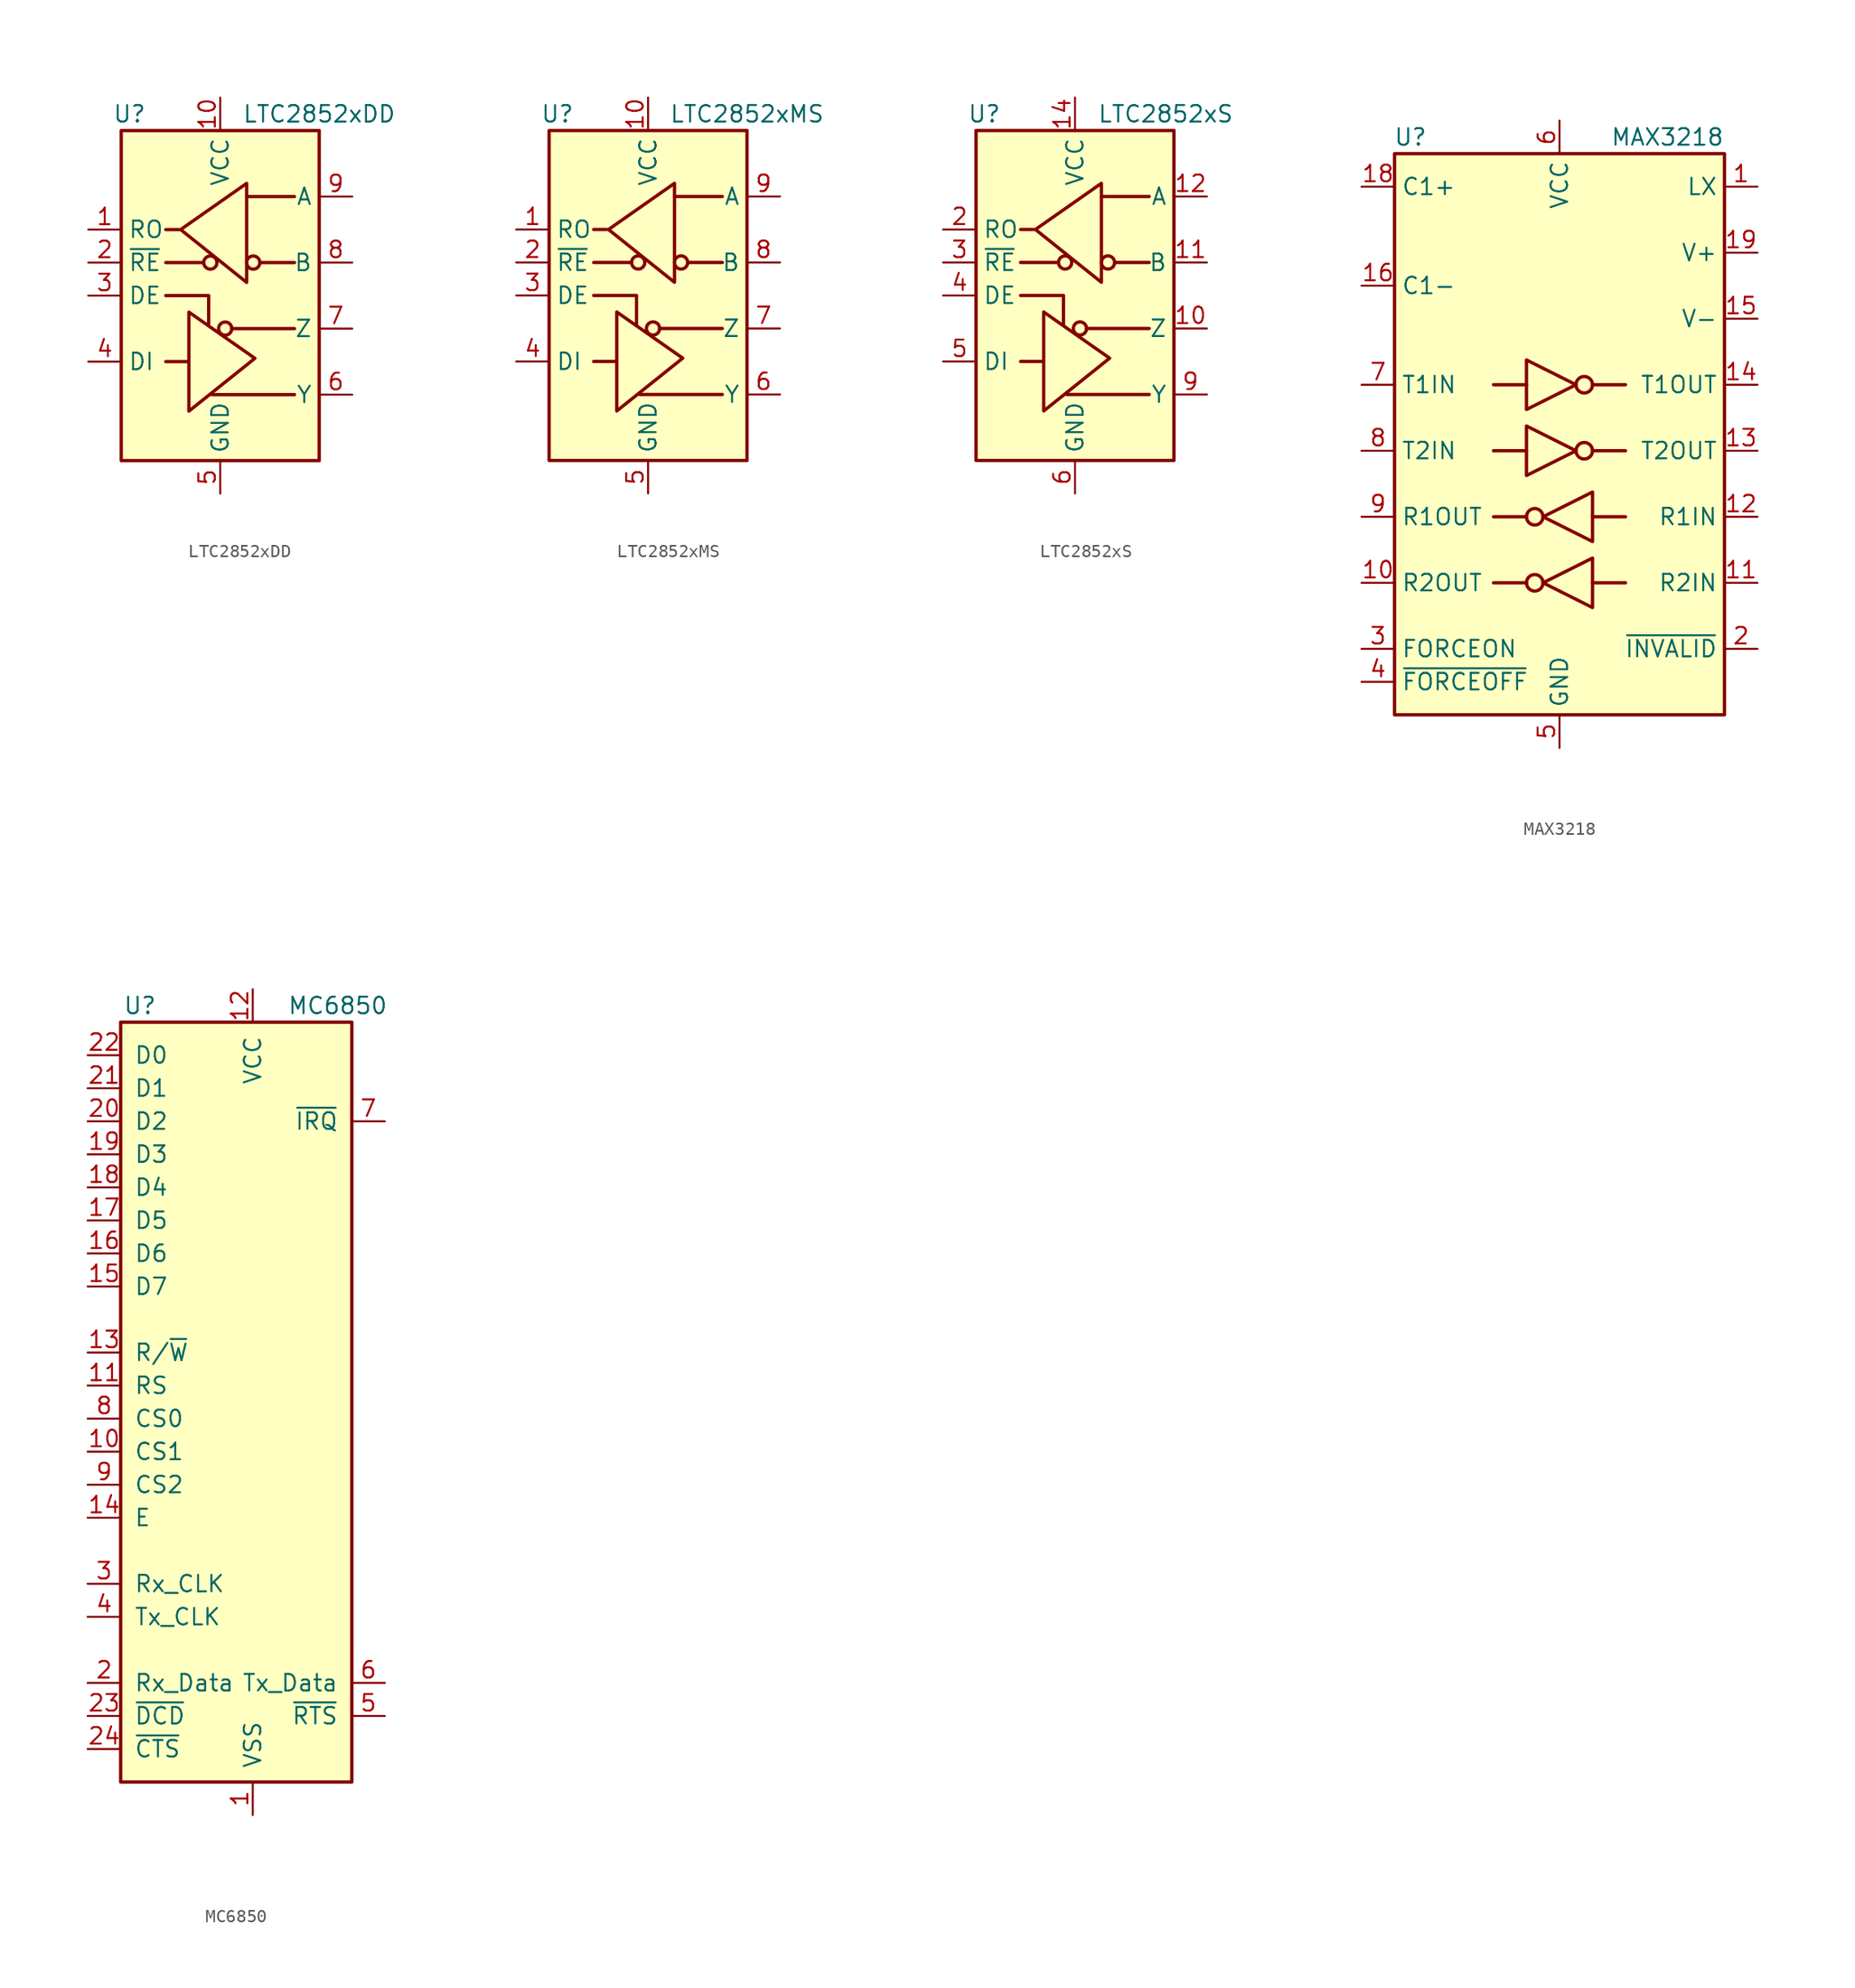
<source format=kicad_sym>
(kicad_symbol_lib
  (version 20220914)
  (generator kicad_symbol_editor)
  (symbol "LTC2852xDD"
    (property "Reference" "U"
      (at -6.985 13.97 0)
      (effects (font (size 1.27 1.27))))
    (property "Value" "LTC2852xDD"
      (at 7.62 13.97 0)
      (effects (font (size 1.27 1.27))))
    (symbol "LTC2852xDD_0_1"
      (rectangle (start -7.62 12.7) (end 7.62 -12.7) (stroke (width 0.254) (type default)) (fill (type background))))
    (symbol "LTC2852xDD_1_1"
      (circle (center -0.762 2.54) (radius 0.508) (stroke (width 0.254) (type default)) (fill (type none)))
      (polyline (pts (xy -4.191 2.54) (xy -1.27 2.54)) (stroke (width 0.254) (type default)) (fill (type none)))
      (polyline (pts (xy -2.54 -5.08) (xy -4.191 -5.08)) (stroke (width 0.254) (type default)) (fill (type none)))
      (polyline (pts (xy -0.635 -7.62) (xy 5.715 -7.62)) (stroke (width 0.254) (type default)) (fill (type none)))
      (polyline (pts (xy 0.889 -2.54) (xy 5.715 -2.54)) (stroke (width 0.254) (type default)) (fill (type none)))
      (polyline (pts (xy 2.032 7.62) (xy 5.715 7.62)) (stroke (width 0.254) (type default)) (fill (type none)))
      (polyline (pts (xy 3.048 2.54) (xy 5.715 2.54)) (stroke (width 0.254) (type default)) (fill (type none)))
      (polyline (pts (xy -4.191 0) (xy -0.889 0) (xy -0.889 -2.286)) (stroke (width 0.254) (type default)) (fill (type none)))
      (polyline (pts (xy -3.175 5.08) (xy -4.191 5.08) (xy -4.064 5.08)) (stroke (width 0.254) (type default)) (fill (type none)))
      (polyline (pts (xy -2.413 -5.08) (xy -2.413 -1.27) (xy 2.667 -4.826) (xy -2.413 -8.89) (xy -2.413 -5.08)) (stroke (width 0.254) (type default)) (fill (type none)))
      (polyline (pts (xy 2.032 4.826) (xy 2.032 8.636) (xy -3.048 5.08) (xy 2.032 1.016) (xy 2.032 4.826)) (stroke (width 0.254) (type default)) (fill (type none)))
      (circle (center 0.381 -2.54) (radius 0.508) (stroke (width 0.254) (type default)) (fill (type none)))
      (circle (center 2.54 2.54) (radius 0.508) (stroke (width 0.254) (type default)) (fill (type none)))
      (pin output line (at -10.16 5.08 0) (length 2.54) (name "RO" (effects (font (size 1.27 1.27)))) (number "1" (effects (font (size 1.27 1.27)))))
      (pin power_in line (at 0 15.24 270) (length 2.54) (name "VCC" (effects (font (size 1.27 1.27)))) (number "10" (effects (font (size 1.27 1.27)))))
      (pin passive line (at 0 -15.24 90) (length 2.54) hide (name "GND" (effects (font (size 1.27 1.27)))) (number "11" (effects (font (size 1.27 1.27)))))
      (pin input line (at -10.16 2.54 0) (length 2.54) (name "~{RE}" (effects (font (size 1.27 1.27)))) (number "2" (effects (font (size 1.27 1.27)))))
      (pin input line (at -10.16 0 0) (length 2.54) (name "DE" (effects (font (size 1.27 1.27)))) (number "3" (effects (font (size 1.27 1.27)))))
      (pin input line (at -10.16 -5.08 0) (length 2.54) (name "DI" (effects (font (size 1.27 1.27)))) (number "4" (effects (font (size 1.27 1.27)))))
      (pin power_in line (at 0 -15.24 90) (length 2.54) (name "GND" (effects (font (size 1.27 1.27)))) (number "5" (effects (font (size 1.27 1.27)))))
      (pin output line (at 10.16 -7.62 180) (length 2.54) (name "Y" (effects (font (size 1.27 1.27)))) (number "6" (effects (font (size 1.27 1.27)))))
      (pin output line (at 10.16 -2.54 180) (length 2.54) (name "Z" (effects (font (size 1.27 1.27)))) (number "7" (effects (font (size 1.27 1.27)))))
      (pin input line (at 10.16 2.54 180) (length 2.54) (name "B" (effects (font (size 1.27 1.27)))) (number "8" (effects (font (size 1.27 1.27)))))
      (pin input line (at 10.16 7.62 180) (length 2.54) (name "A" (effects (font (size 1.27 1.27)))) (number "9" (effects (font (size 1.27 1.27)))))))
  (symbol "LTC2852xMS"
    (property "Reference" "U"
      (at -6.985 13.97 0)
      (effects (font (size 1.27 1.27))))
    (property "Value" "LTC2852xMS"
      (at 7.62 13.97 0)
      (effects (font (size 1.27 1.27))))
    (symbol "LTC2852xMS_0_1"
      (rectangle (start -7.62 12.7) (end 7.62 -12.7) (stroke (width 0.254) (type default)) (fill (type background))))
    (symbol "LTC2852xMS_1_1"
      (circle (center -0.762 2.54) (radius 0.508) (stroke (width 0.254) (type default)) (fill (type none)))
      (polyline (pts (xy -4.191 2.54) (xy -1.27 2.54)) (stroke (width 0.254) (type default)) (fill (type none)))
      (polyline (pts (xy -2.54 -5.08) (xy -4.191 -5.08)) (stroke (width 0.254) (type default)) (fill (type none)))
      (polyline (pts (xy -0.635 -7.62) (xy 5.715 -7.62)) (stroke (width 0.254) (type default)) (fill (type none)))
      (polyline (pts (xy 0.889 -2.54) (xy 5.715 -2.54)) (stroke (width 0.254) (type default)) (fill (type none)))
      (polyline (pts (xy 2.032 7.62) (xy 5.715 7.62)) (stroke (width 0.254) (type default)) (fill (type none)))
      (polyline (pts (xy 3.048 2.54) (xy 5.715 2.54)) (stroke (width 0.254) (type default)) (fill (type none)))
      (polyline (pts (xy -4.191 0) (xy -0.889 0) (xy -0.889 -2.286)) (stroke (width 0.254) (type default)) (fill (type none)))
      (polyline (pts (xy -3.175 5.08) (xy -4.191 5.08) (xy -4.064 5.08)) (stroke (width 0.254) (type default)) (fill (type none)))
      (polyline (pts (xy -2.413 -5.08) (xy -2.413 -1.27) (xy 2.667 -4.826) (xy -2.413 -8.89) (xy -2.413 -5.08)) (stroke (width 0.254) (type default)) (fill (type none)))
      (polyline (pts (xy 2.032 4.826) (xy 2.032 8.636) (xy -3.048 5.08) (xy 2.032 1.016) (xy 2.032 4.826)) (stroke (width 0.254) (type default)) (fill (type none)))
      (circle (center 0.381 -2.54) (radius 0.508) (stroke (width 0.254) (type default)) (fill (type none)))
      (circle (center 2.54 2.54) (radius 0.508) (stroke (width 0.254) (type default)) (fill (type none)))
      (pin output line (at -10.16 5.08 0) (length 2.54) (name "RO" (effects (font (size 1.27 1.27)))) (number "1" (effects (font (size 1.27 1.27)))))
      (pin power_in line (at 0 15.24 270) (length 2.54) (name "VCC" (effects (font (size 1.27 1.27)))) (number "10" (effects (font (size 1.27 1.27)))))
      (pin input line (at -10.16 2.54 0) (length 2.54) (name "~{RE}" (effects (font (size 1.27 1.27)))) (number "2" (effects (font (size 1.27 1.27)))))
      (pin input line (at -10.16 0 0) (length 2.54) (name "DE" (effects (font (size 1.27 1.27)))) (number "3" (effects (font (size 1.27 1.27)))))
      (pin input line (at -10.16 -5.08 0) (length 2.54) (name "DI" (effects (font (size 1.27 1.27)))) (number "4" (effects (font (size 1.27 1.27)))))
      (pin power_in line (at 0 -15.24 90) (length 2.54) (name "GND" (effects (font (size 1.27 1.27)))) (number "5" (effects (font (size 1.27 1.27)))))
      (pin output line (at 10.16 -7.62 180) (length 2.54) (name "Y" (effects (font (size 1.27 1.27)))) (number "6" (effects (font (size 1.27 1.27)))))
      (pin output line (at 10.16 -2.54 180) (length 2.54) (name "Z" (effects (font (size 1.27 1.27)))) (number "7" (effects (font (size 1.27 1.27)))))
      (pin input line (at 10.16 2.54 180) (length 2.54) (name "B" (effects (font (size 1.27 1.27)))) (number "8" (effects (font (size 1.27 1.27)))))
      (pin input line (at 10.16 7.62 180) (length 2.54) (name "A" (effects (font (size 1.27 1.27)))) (number "9" (effects (font (size 1.27 1.27)))))))
  (symbol "LTC2852xS"
    (property "Reference" "U"
      (at -6.985 13.97 0)
      (effects (font (size 1.27 1.27))))
    (property "Value" "LTC2852xS"
      (at 6.985 13.97 0)
      (effects (font (size 1.27 1.27))))
    (symbol "LTC2852xS_0_1"
      (rectangle (start -7.62 12.7) (end 7.62 -12.7) (stroke (width 0.254) (type default)) (fill (type background))))
    (symbol "LTC2852xS_1_1"
      (circle (center -0.762 2.54) (radius 0.508) (stroke (width 0.254) (type default)) (fill (type none)))
      (polyline (pts (xy -4.191 2.54) (xy -1.27 2.54)) (stroke (width 0.254) (type default)) (fill (type none)))
      (polyline (pts (xy -2.54 -5.08) (xy -4.191 -5.08)) (stroke (width 0.254) (type default)) (fill (type none)))
      (polyline (pts (xy -0.635 -7.62) (xy 5.715 -7.62)) (stroke (width 0.254) (type default)) (fill (type none)))
      (polyline (pts (xy 0.889 -2.54) (xy 5.715 -2.54)) (stroke (width 0.254) (type default)) (fill (type none)))
      (polyline (pts (xy 2.032 7.62) (xy 5.715 7.62)) (stroke (width 0.254) (type default)) (fill (type none)))
      (polyline (pts (xy 3.048 2.54) (xy 5.715 2.54)) (stroke (width 0.254) (type default)) (fill (type none)))
      (polyline (pts (xy -4.191 0) (xy -0.889 0) (xy -0.889 -2.286)) (stroke (width 0.254) (type default)) (fill (type none)))
      (polyline (pts (xy -3.175 5.08) (xy -4.191 5.08) (xy -4.064 5.08)) (stroke (width 0.254) (type default)) (fill (type none)))
      (polyline (pts (xy -2.413 -5.08) (xy -2.413 -1.27) (xy 2.667 -4.826) (xy -2.413 -8.89) (xy -2.413 -5.08)) (stroke (width 0.254) (type default)) (fill (type none)))
      (polyline (pts (xy 2.032 4.826) (xy 2.032 8.636) (xy -3.048 5.08) (xy 2.032 1.016) (xy 2.032 4.826)) (stroke (width 0.254) (type default)) (fill (type none)))
      (circle (center 0.381 -2.54) (radius 0.508) (stroke (width 0.254) (type default)) (fill (type none)))
      (circle (center 2.54 2.54) (radius 0.508) (stroke (width 0.254) (type default)) (fill (type none)))
      (pin no_connect line (at -7.62 -10.16 0) (length 2.54) hide (name "NC" (effects (font (size 1.27 1.27)))) (number "1" (effects (font (size 1.27 1.27)))))
      (pin output line (at 10.16 -2.54 180) (length 2.54) (name "Z" (effects (font (size 1.27 1.27)))) (number "10" (effects (font (size 1.27 1.27)))))
      (pin input line (at 10.16 2.54 180) (length 2.54) (name "B" (effects (font (size 1.27 1.27)))) (number "11" (effects (font (size 1.27 1.27)))))
      (pin input line (at 10.16 7.62 180) (length 2.54) (name "A" (effects (font (size 1.27 1.27)))) (number "12" (effects (font (size 1.27 1.27)))))
      (pin no_connect line (at -7.62 7.62 0) (length 2.54) hide (name "NC" (effects (font (size 1.27 1.27)))) (number "13" (effects (font (size 1.27 1.27)))))
      (pin power_in line (at 0 15.24 270) (length 2.54) (name "VCC" (effects (font (size 1.27 1.27)))) (number "14" (effects (font (size 1.27 1.27)))))
      (pin output line (at -10.16 5.08 0) (length 2.54) (name "RO" (effects (font (size 1.27 1.27)))) (number "2" (effects (font (size 1.27 1.27)))))
      (pin input line (at -10.16 2.54 0) (length 2.54) (name "~{RE}" (effects (font (size 1.27 1.27)))) (number "3" (effects (font (size 1.27 1.27)))))
      (pin input line (at -10.16 0 0) (length 2.54) (name "DE" (effects (font (size 1.27 1.27)))) (number "4" (effects (font (size 1.27 1.27)))))
      (pin input line (at -10.16 -5.08 0) (length 2.54) (name "DI" (effects (font (size 1.27 1.27)))) (number "5" (effects (font (size 1.27 1.27)))))
      (pin power_in line (at 0 -15.24 90) (length 2.54) (name "GND" (effects (font (size 1.27 1.27)))) (number "6" (effects (font (size 1.27 1.27)))))
      (pin passive line (at 0 -15.24 90) (length 2.54) hide (name "GND" (effects (font (size 1.27 1.27)))) (number "7" (effects (font (size 1.27 1.27)))))
      (pin no_connect line (at -7.62 -7.62 0) (length 2.54) hide (name "NC" (effects (font (size 1.27 1.27)))) (number "8" (effects (font (size 1.27 1.27)))))
      (pin output line (at 10.16 -7.62 180) (length 2.54) (name "Y" (effects (font (size 1.27 1.27)))) (number "9" (effects (font (size 1.27 1.27)))))))
  (symbol "MAX3218"
    (property "Reference" "U"
      (at -10.16 24.13 0)
      (effects (font (size 1.27 1.27)) (justify right)))
    (property "Value" "MAX3218"
      (at 12.7 24.13 0)
      (effects (font (size 1.27 1.27)) (justify right)))
    (symbol "MAX3218_0_1"
      (rectangle (start -12.7 -20.32) (end 12.7 22.86) (stroke (width 0.254) (type default)) (fill (type background)))
      (polyline (pts (xy -2.54 5.08) (xy -5.08 5.08)) (stroke (width 0.254) (type default)) (fill (type none)))
      (polyline (pts (xy 2.54 5.08) (xy 5.08 5.08)) (stroke (width 0.254) (type default)) (fill (type none)))
      (polyline (pts (xy -2.54 1.905) (xy -2.54 -1.905) (xy 1.27 0) (xy -2.54 1.905)) (stroke (width 0.254) (type default)) (fill (type none)))
      (polyline (pts (xy -2.54 6.985) (xy -2.54 3.175) (xy 1.27 5.08) (xy -2.54 6.985)) (stroke (width 0.254) (type default)) (fill (type none)))
      (circle (center 1.905 0) (radius 0.635) (stroke (width 0.254) (type default)) (fill (type none)))
      (circle (center 1.905 5.08) (radius 0.635) (stroke (width 0.254) (type default)) (fill (type none))))
    (symbol "MAX3218_1_1"
      (circle (center -1.905 -10.16) (radius 0.635) (stroke (width 0.254) (type default)) (fill (type none)))
      (circle (center -1.905 -5.08) (radius 0.635) (stroke (width 0.254) (type default)) (fill (type none)))
      (polyline (pts (xy -2.54 -10.16) (xy -5.08 -10.16)) (stroke (width 0.254) (type default)) (fill (type none)))
      (polyline (pts (xy -2.54 -5.08) (xy -5.08 -5.08)) (stroke (width 0.254) (type default)) (fill (type none)))
      (polyline (pts (xy -2.54 0) (xy -5.08 0)) (stroke (width 0.254) (type default)) (fill (type none)))
      (polyline (pts (xy 2.54 -10.16) (xy 5.08 -10.16)) (stroke (width 0.254) (type default)) (fill (type none)))
      (polyline (pts (xy 2.54 -5.08) (xy 5.08 -5.08)) (stroke (width 0.254) (type default)) (fill (type none)))
      (polyline (pts (xy 2.54 0) (xy 5.08 0)) (stroke (width 0.254) (type default)) (fill (type none)))
      (polyline (pts (xy 2.54 -12.065) (xy 2.54 -8.255) (xy -1.27 -10.16) (xy 2.54 -12.065)) (stroke (width 0.254) (type default)) (fill (type none)))
      (polyline (pts (xy 2.54 -6.985) (xy 2.54 -3.175) (xy -1.27 -5.08) (xy 2.54 -6.985)) (stroke (width 0.254) (type default)) (fill (type none)))
      (pin passive line (at 15.24 20.32 180) (length 2.54) (name "LX" (effects (font (size 1.27 1.27)))) (number "1" (effects (font (size 1.27 1.27)))))
      (pin output line (at -15.24 -10.16 0) (length 2.54) (name "R2OUT" (effects (font (size 1.27 1.27)))) (number "10" (effects (font (size 1.27 1.27)))))
      (pin input line (at 15.24 -10.16 180) (length 2.54) (name "R2IN" (effects (font (size 1.27 1.27)))) (number "11" (effects (font (size 1.27 1.27)))))
      (pin input line (at 15.24 -5.08 180) (length 2.54) (name "R1IN" (effects (font (size 1.27 1.27)))) (number "12" (effects (font (size 1.27 1.27)))))
      (pin output line (at 15.24 0 180) (length 2.54) (name "T2OUT" (effects (font (size 1.27 1.27)))) (number "13" (effects (font (size 1.27 1.27)))))
      (pin output line (at 15.24 5.08 180) (length 2.54) (name "T1OUT" (effects (font (size 1.27 1.27)))) (number "14" (effects (font (size 1.27 1.27)))))
      (pin power_out line (at 15.24 10.16 180) (length 2.54) (name "V-" (effects (font (size 1.27 1.27)))) (number "15" (effects (font (size 1.27 1.27)))))
      (pin passive line (at -15.24 12.7 0) (length 2.54) (name "C1-" (effects (font (size 1.27 1.27)))) (number "16" (effects (font (size 1.27 1.27)))))
      (pin passive line (at 0 -22.86 90) (length 2.54) hide (name "GND" (effects (font (size 1.27 1.27)))) (number "17" (effects (font (size 1.27 1.27)))))
      (pin passive line (at -15.24 20.32 0) (length 2.54) (name "C1+" (effects (font (size 1.27 1.27)))) (number "18" (effects (font (size 1.27 1.27)))))
      (pin power_out line (at 15.24 15.24 180) (length 2.54) (name "V+" (effects (font (size 1.27 1.27)))) (number "19" (effects (font (size 1.27 1.27)))))
      (pin output line (at 15.24 -15.24 180) (length 2.54) (name "~{INVALID}" (effects (font (size 1.27 1.27)))) (number "2" (effects (font (size 1.27 1.27)))))
      (pin passive line (at 0 -22.86 90) (length 2.54) hide (name "GND" (effects (font (size 1.27 1.27)))) (number "20" (effects (font (size 1.27 1.27)))))
      (pin input line (at -15.24 -15.24 0) (length 2.54) (name "FORCEON" (effects (font (size 1.27 1.27)))) (number "3" (effects (font (size 1.27 1.27)))))
      (pin input line (at -15.24 -17.78 0) (length 2.54) (name "~{FORCEOFF}" (effects (font (size 1.27 1.27)))) (number "4" (effects (font (size 1.27 1.27)))))
      (pin power_in line (at 0 -22.86 90) (length 2.54) (name "GND" (effects (font (size 1.27 1.27)))) (number "5" (effects (font (size 1.27 1.27)))))
      (pin power_in line (at 0 25.4 270) (length 2.54) (name "VCC" (effects (font (size 1.27 1.27)))) (number "6" (effects (font (size 1.27 1.27)))))
      (pin input line (at -15.24 5.08 0) (length 2.54) (name "T1IN" (effects (font (size 1.27 1.27)))) (number "7" (effects (font (size 1.27 1.27)))))
      (pin input line (at -15.24 0 0) (length 2.54) (name "T2IN" (effects (font (size 1.27 1.27)))) (number "8" (effects (font (size 1.27 1.27)))))
      (pin output line (at -15.24 -5.08 0) (length 2.54) (name "R1OUT" (effects (font (size 1.27 1.27)))) (number "9" (effects (font (size 1.27 1.27)))))))
  (symbol "MC6850"
    (pin_names
      (offset 1.016))
    (property "Reference" "U"
      (at -7.366 31.75 0)
      (effects (font (size 1.27 1.27)) (justify right)))
    (property "Value" "MC6850"
      (at 10.414 31.75 0)
      (effects (font (size 1.27 1.27)) (justify right)))
    (symbol "MC6850_1_1"
      (rectangle (start -10.16 -27.94) (end 7.62 30.48) (stroke (width 0.254) (type default)) (fill (type background)))
      (pin power_in line (at 0 -30.48 90) (length 2.54) (name "VSS" (effects (font (size 1.27 1.27)))) (number "1" (effects (font (size 1.27 1.27)))))
      (pin input line (at -12.7 -2.54 0) (length 2.54) (name "CS1" (effects (font (size 1.27 1.27)))) (number "10" (effects (font (size 1.27 1.27)))))
      (pin input line (at -12.7 2.54 0) (length 2.54) (name "RS" (effects (font (size 1.27 1.27)))) (number "11" (effects (font (size 1.27 1.27)))))
      (pin power_in line (at 0 33.02 270) (length 2.54) (name "VCC" (effects (font (size 1.27 1.27)))) (number "12" (effects (font (size 1.27 1.27)))))
      (pin input line (at -12.7 5.08 0) (length 2.54) (name "R/~{W}" (effects (font (size 1.27 1.27)))) (number "13" (effects (font (size 1.27 1.27)))))
      (pin input line (at -12.7 -7.62 0) (length 2.54) (name "E" (effects (font (size 1.27 1.27)))) (number "14" (effects (font (size 1.27 1.27)))))
      (pin bidirectional line (at -12.7 10.16 0) (length 2.54) (name "D7" (effects (font (size 1.27 1.27)))) (number "15" (effects (font (size 1.27 1.27)))))
      (pin bidirectional line (at -12.7 12.7 0) (length 2.54) (name "D6" (effects (font (size 1.27 1.27)))) (number "16" (effects (font (size 1.27 1.27)))))
      (pin bidirectional line (at -12.7 15.24 0) (length 2.54) (name "D5" (effects (font (size 1.27 1.27)))) (number "17" (effects (font (size 1.27 1.27)))))
      (pin bidirectional line (at -12.7 17.78 0) (length 2.54) (name "D4" (effects (font (size 1.27 1.27)))) (number "18" (effects (font (size 1.27 1.27)))))
      (pin bidirectional line (at -12.7 20.32 0) (length 2.54) (name "D3" (effects (font (size 1.27 1.27)))) (number "19" (effects (font (size 1.27 1.27)))))
      (pin input line (at -12.7 -20.32 0) (length 2.54) (name "Rx_Data" (effects (font (size 1.27 1.27)))) (number "2" (effects (font (size 1.27 1.27)))))
      (pin bidirectional line (at -12.7 22.86 0) (length 2.54) (name "D2" (effects (font (size 1.27 1.27)))) (number "20" (effects (font (size 1.27 1.27)))))
      (pin bidirectional line (at -12.7 25.4 0) (length 2.54) (name "D1" (effects (font (size 1.27 1.27)))) (number "21" (effects (font (size 1.27 1.27)))))
      (pin bidirectional line (at -12.7 27.94 0) (length 2.54) (name "D0" (effects (font (size 1.27 1.27)))) (number "22" (effects (font (size 1.27 1.27)))))
      (pin input line (at -12.7 -22.86 0) (length 2.54) (name "~{DCD}" (effects (font (size 1.27 1.27)))) (number "23" (effects (font (size 1.27 1.27)))))
      (pin input line (at -12.7 -25.4 0) (length 2.54) (name "~{CTS}" (effects (font (size 1.27 1.27)))) (number "24" (effects (font (size 1.27 1.27)))))
      (pin input line (at -12.7 -12.7 0) (length 2.54) (name "Rx_CLK" (effects (font (size 1.27 1.27)))) (number "3" (effects (font (size 1.27 1.27)))))
      (pin input line (at -12.7 -15.24 0) (length 2.54) (name "Tx_CLK" (effects (font (size 1.27 1.27)))) (number "4" (effects (font (size 1.27 1.27)))))
      (pin output line (at 10.16 -22.86 180) (length 2.54) (name "~{RTS}" (effects (font (size 1.27 1.27)))) (number "5" (effects (font (size 1.27 1.27)))))
      (pin output line (at 10.16 -20.32 180) (length 2.54) (name "Tx_Data" (effects (font (size 1.27 1.27)))) (number "6" (effects (font (size 1.27 1.27)))))
      (pin output line (at 10.16 22.86 180) (length 2.54) (name "~{IRQ}" (effects (font (size 1.27 1.27)))) (number "7" (effects (font (size 1.27 1.27)))))
      (pin input line (at -12.7 0 0) (length 2.54) (name "CS0" (effects (font (size 1.27 1.27)))) (number "8" (effects (font (size 1.27 1.27)))))
      (pin input line (at -12.7 -5.08 0) (length 2.54) (name "CS2" (effects (font (size 1.27 1.27)))) (number "9" (effects (font (size 1.27 1.27))))))))
</source>
